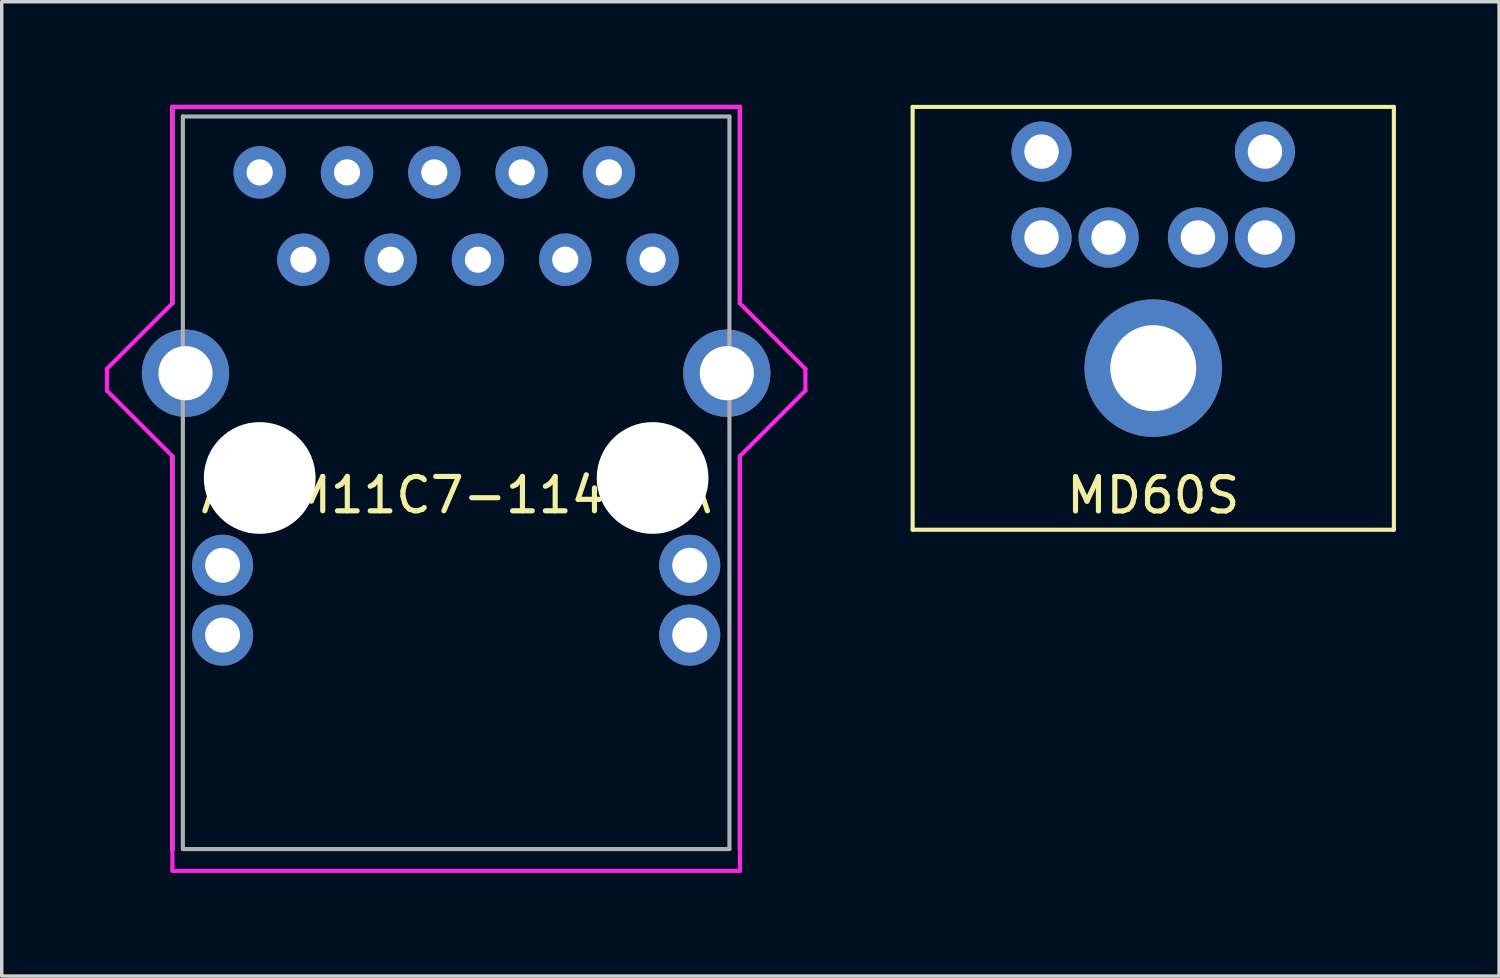
<source format=kicad_pcb>
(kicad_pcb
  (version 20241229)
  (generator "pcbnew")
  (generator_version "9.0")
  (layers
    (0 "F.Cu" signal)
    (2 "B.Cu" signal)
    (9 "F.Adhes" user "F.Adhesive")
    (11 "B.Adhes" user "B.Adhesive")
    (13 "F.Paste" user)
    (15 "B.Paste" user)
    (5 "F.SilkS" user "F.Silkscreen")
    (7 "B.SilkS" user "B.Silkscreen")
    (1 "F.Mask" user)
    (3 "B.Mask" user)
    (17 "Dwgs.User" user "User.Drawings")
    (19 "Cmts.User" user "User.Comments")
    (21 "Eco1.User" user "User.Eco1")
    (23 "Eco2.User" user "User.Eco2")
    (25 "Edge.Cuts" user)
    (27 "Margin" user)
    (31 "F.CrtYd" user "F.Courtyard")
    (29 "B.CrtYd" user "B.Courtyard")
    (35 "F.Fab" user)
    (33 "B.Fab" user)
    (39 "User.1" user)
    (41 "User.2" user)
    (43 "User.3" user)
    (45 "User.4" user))
  (footprint "MD60S"
    (layer "F.Cu")
    (at 30.5 12.36)
    (property "Reference" "MD60S" (at 0 -1 0) (layer "F.SilkS") (effects (font (size 1 1) (thickness 0.15))))
    (attr through_hole)
    (fp_line (start -7 -12.3) (end -7 0) (stroke (width 0.12) (type solid)) (layer "F.SilkS"))
    (fp_line (start -7 0) (end 7 0) (stroke (width 0.12) (type solid)) (layer "F.SilkS"))
    (fp_line (start 7 -12.3) (end -7 -12.3) (stroke (width 0.12) (type solid)) (layer "F.SilkS"))
    (fp_line (start 7 0) (end 7 -12.3) (stroke (width 0.12) (type solid)) (layer "F.SilkS"))
    (pad "" thru_hole circle (at 0 -4.7) (size 4 4) (drill 2.5) (layers "*.Cu" "*.Mask"))
    (pad "1" thru_hole circle (at 1.3 -8.5) (size 1.75 1.75) (drill 1) (layers "*.Cu" "*.Mask"))
    (pad "2" thru_hole circle (at -1.3 -8.5) (size 1.75 1.75) (drill 1) (layers "*.Cu" "*.Mask"))
    (pad "3" thru_hole circle (at 3.25 -8.5) (size 1.75 1.75) (drill 1) (layers "*.Cu" "*.Mask"))
    (pad "4" thru_hole circle (at -3.25 -8.5) (size 1.75 1.75) (drill 1) (layers "*.Cu" "*.Mask"))
    (pad "5" thru_hole circle (at 3.25 -11) (size 1.75 1.75) (drill 1) (layers "*.Cu" "*.Mask"))
    (pad "6" thru_hole circle (at -3.25 -11) (size 1.75 1.75) (drill 1) (layers "*.Cu" "*.Mask")))
  (footprint "ARJM11C7-114-BA"
    (layer "F.Cu")
    (at 10.22 10.855)
    (property "Reference" "ARJM11C7-114-BA" (at 0 0.5 0) (layer "F.SilkS") (effects (font (size 1 1) (thickness 0.15))))
    (attr through_hole)
    (fp_line (start -8.255 -10.795) (end 8.255 -10.795) (stroke (width 0.12) (type solid)) (layer "F.SilkS"))
    (fp_line (start -8.255 -5.08) (end -8.255 -10.795) (stroke (width 0.12) (type solid)) (layer "F.SilkS"))
    (fp_line (start -8.255 -0.635) (end -8.255 10.795) (stroke (width 0.12) (type solid)) (layer "F.SilkS"))
    (fp_line (start 8.255 -10.795) (end 8.255 -5.08) (stroke (width 0.12) (type solid)) (layer "F.SilkS"))
    (fp_line (start 8.255 -0.635) (end 8.255 10.795) (stroke (width 0.12) (type solid)) (layer "F.SilkS"))
    (fp_line (start -10.16 -3.175) (end -8.255 -5.08) (stroke (width 0.12) (type solid)) (layer "F.CrtYd"))
    (fp_line (start -10.16 -2.54) (end -10.16 -3.175) (stroke (width 0.12) (type solid)) (layer "F.CrtYd"))
    (fp_line (start -8.255 -10.795) (end 8.255 -10.795) (stroke (width 0.12) (type solid)) (layer "F.CrtYd"))
    (fp_line (start -8.255 -5.08) (end -8.255 -10.795) (stroke (width 0.12) (type solid)) (layer "F.CrtYd"))
    (fp_line (start -8.255 -0.635) (end -10.16 -2.54) (stroke (width 0.12) (type solid)) (layer "F.CrtYd"))
    (fp_line (start -8.255 11.43) (end -8.255 -0.635) (stroke (width 0.12) (type solid)) (layer "F.CrtYd"))
    (fp_line (start 8.255 -10.795) (end 8.255 -5.08) (stroke (width 0.12) (type solid)) (layer "F.CrtYd"))
    (fp_line (start 8.255 -5.08) (end 10.16 -3.175) (stroke (width 0.12) (type solid)) (layer "F.CrtYd"))
    (fp_line (start 8.255 -0.635) (end 8.255 11.43) (stroke (width 0.12) (type solid)) (layer "F.CrtYd"))
    (fp_line (start 8.255 11.43) (end -8.255 11.43) (stroke (width 0.12) (type solid)) (layer "F.CrtYd"))
    (fp_line (start 10.16 -3.175) (end 10.16 -2.54) (stroke (width 0.12) (type solid)) (layer "F.CrtYd"))
    (fp_line (start 10.16 -2.54) (end 8.255 -0.635) (stroke (width 0.12) (type solid)) (layer "F.CrtYd"))
    (fp_line (start -7.95 -10.516) (end -7.95 10.795) (stroke (width 0.12) (type solid)) (layer "F.Fab"))
    (fp_line (start -7.95 10.795) (end 7.95 10.795) (stroke (width 0.12) (type solid)) (layer "F.Fab"))
    (fp_line (start 7.95 -10.516) (end -7.95 -10.516) (stroke (width 0.12) (type solid)) (layer "F.Fab"))
    (fp_line (start 7.95 10.795) (end 7.95 -10.516) (stroke (width 0.12) (type solid)) (layer "F.Fab"))
    (pad "" thru_hole circle (at -7.874 -3.048) (size 2.54 2.54) (drill 1.575) (layers "*.Cu" "*.Mask"))
    (pad "" np_thru_hole circle (at -5.715 0) (size 3.251 3.251) (drill 3.251) (layers "*.Cu" "*.Mask"))
    (pad "" np_thru_hole circle (at 5.715 0) (size 3.251 3.251) (drill 3.251) (layers "*.Cu" "*.Mask"))
    (pad "" thru_hole circle (at 7.874 -3.048) (size 2.54 2.54) (drill 1.575) (layers "*.Cu" "*.Mask"))
    (pad "1" thru_hole circle (at 5.715 -6.35) (size 1.524 1.524) (drill 0.762) (layers "*.Cu" "*.Mask"))
    (pad "2" thru_hole circle (at 4.445 -8.89) (size 1.524 1.524) (drill 0.762) (layers "*.Cu" "*.Mask"))
    (pad "3" thru_hole circle (at 3.175 -6.35) (size 1.524 1.524) (drill 0.762) (layers "*.Cu" "*.Mask"))
    (pad "4" thru_hole circle (at 1.905 -8.89) (size 1.524 1.524) (drill 0.762) (layers "*.Cu" "*.Mask"))
    (pad "5" thru_hole circle (at 0.635 -6.35) (size 1.524 1.524) (drill 0.762) (layers "*.Cu" "*.Mask"))
    (pad "6" thru_hole circle (at -0.635 -8.89) (size 1.524 1.524) (drill 0.762) (layers "*.Cu" "*.Mask"))
    (pad "7" thru_hole circle (at -1.905 -6.35) (size 1.524 1.524) (drill 0.762) (layers "*.Cu" "*.Mask"))
    (pad "8" thru_hole circle (at -3.175 -8.89) (size 1.524 1.524) (drill 0.762) (layers "*.Cu" "*.Mask"))
    (pad "9" thru_hole circle (at -4.445 -6.35) (size 1.524 1.524) (drill 0.762) (layers "*.Cu" "*.Mask"))
    (pad "10" thru_hole circle (at -5.715 -8.89) (size 1.524 1.524) (drill 0.762) (layers "*.Cu" "*.Mask"))
    (pad "11" thru_hole circle (at -6.795 2.54) (size 1.778 1.778) (drill 1.016) (layers "*.Cu" "*.Mask"))
    (pad "12" thru_hole circle (at -6.795 4.572) (size 1.778 1.778) (drill 1.016) (layers "*.Cu" "*.Mask"))
    (pad "13" thru_hole circle (at 6.795 2.54) (size 1.778 1.778) (drill 1.016) (layers "*.Cu" "*.Mask"))
    (pad "14" thru_hole circle (at 6.795 4.572) (size 1.778 1.778) (drill 1.016) (layers "*.Cu" "*.Mask")))
  (gr_rect
    (start -3 -3)
    (end 40.56 25.345)
    (stroke (width 0.1) (type default))
    (fill no)
    (layer "Edge.Cuts")))
</source>
